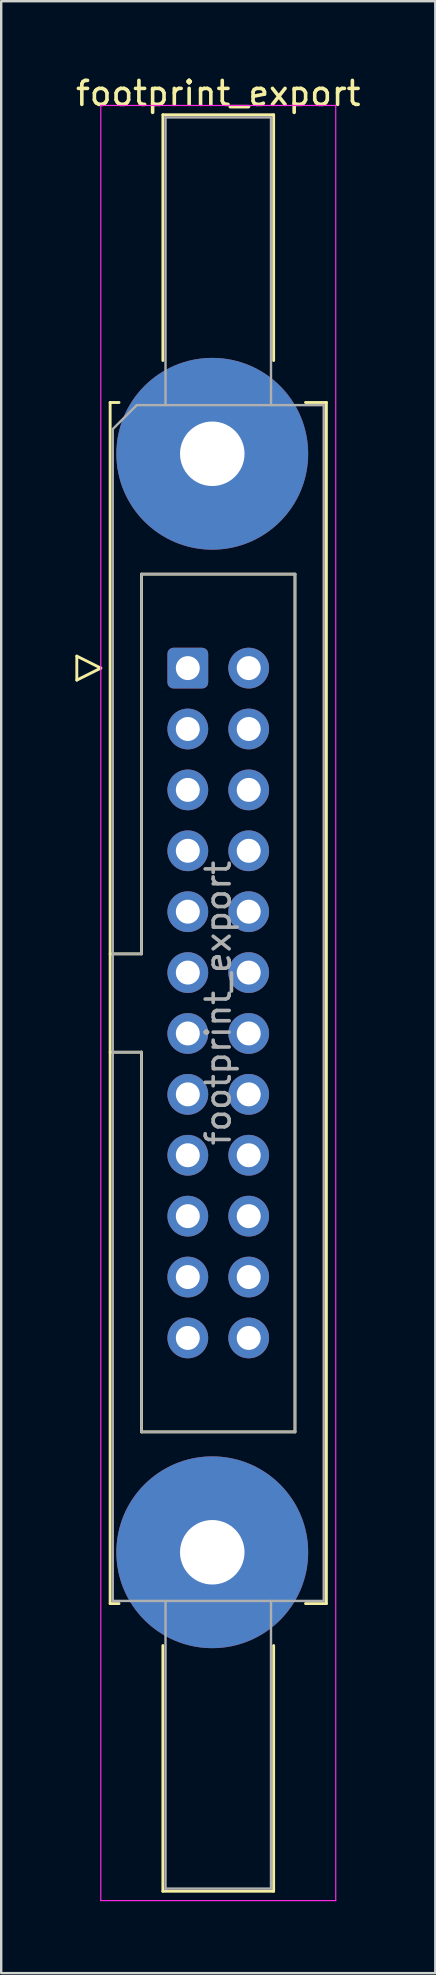
<source format=kicad_pcb>
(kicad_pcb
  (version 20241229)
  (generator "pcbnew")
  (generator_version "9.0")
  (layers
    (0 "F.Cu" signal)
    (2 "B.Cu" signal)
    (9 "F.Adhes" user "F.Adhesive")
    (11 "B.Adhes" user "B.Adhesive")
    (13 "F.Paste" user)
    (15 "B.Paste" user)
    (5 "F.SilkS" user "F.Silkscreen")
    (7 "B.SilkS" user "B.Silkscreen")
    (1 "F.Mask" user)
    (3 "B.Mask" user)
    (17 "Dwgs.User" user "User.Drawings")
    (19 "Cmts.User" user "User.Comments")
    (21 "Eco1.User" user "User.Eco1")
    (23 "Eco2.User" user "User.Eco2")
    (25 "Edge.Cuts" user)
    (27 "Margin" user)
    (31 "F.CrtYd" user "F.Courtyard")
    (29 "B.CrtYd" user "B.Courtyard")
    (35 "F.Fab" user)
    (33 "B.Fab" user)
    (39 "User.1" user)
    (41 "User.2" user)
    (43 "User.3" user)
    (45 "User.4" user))
  (footprint "footprint_export"
    (layer "F.Cu")
    (at 4.784 24.818)
    (property "Reference" "footprint_export" (at 1.27 -23.97 0) (layer "F.SilkS") (effects (font (size 1 1) (thickness 0.15))))
    (attr through_hole)
    (fp_line (start -4.63 -0.5) (end -4.63 0.5) (stroke (width 0.12) (type solid)) (layer "F.SilkS"))
    (fp_line (start -4.63 0.5) (end -3.63 0) (stroke (width 0.12) (type solid)) (layer "F.SilkS"))
    (fp_line (start -3.63 0) (end -4.63 -0.5) (stroke (width 0.12) (type solid)) (layer "F.SilkS"))
    (fp_line (start -3.24 -11.08) (end -3.24 39.02) (stroke (width 0.12) (type solid)) (layer "F.SilkS"))
    (fp_line (start -3.24 11.92) (end -1.93 11.92) (stroke (width 0.12) (type solid)) (layer "F.SilkS"))
    (fp_line (start -3.24 39.02) (end -2.87 39.02) (stroke (width 0.12) (type solid)) (layer "F.SilkS"))
    (fp_line (start -2.87 -11.08) (end -3.24 -11.08) (stroke (width 0.12) (type solid)) (layer "F.SilkS"))
    (fp_line (start -1.93 -3.92) (end 4.47 -3.92) (stroke (width 0.12) (type solid)) (layer "F.SilkS"))
    (fp_line (start -1.93 11.92) (end -1.93 -3.92) (stroke (width 0.12) (type solid)) (layer "F.SilkS"))
    (fp_line (start -1.93 16.02) (end -3.24 16.02) (stroke (width 0.12) (type solid)) (layer "F.SilkS"))
    (fp_line (start -1.93 16.02) (end -1.93 16.02) (stroke (width 0.12) (type solid)) (layer "F.SilkS"))
    (fp_line (start -1.93 31.86) (end -1.93 16.02) (stroke (width 0.12) (type solid)) (layer "F.SilkS"))
    (fp_line (start -1.04 -23.08) (end 3.58 -23.08) (stroke (width 0.12) (type solid)) (layer "F.SilkS"))
    (fp_line (start -1.04 -12.83) (end -1.04 -23.08) (stroke (width 0.12) (type solid)) (layer "F.SilkS"))
    (fp_line (start -1.04 40.77) (end -1.04 51.02) (stroke (width 0.12) (type solid)) (layer "F.SilkS"))
    (fp_line (start -1.04 51.02) (end 3.58 51.02) (stroke (width 0.12) (type solid)) (layer "F.SilkS"))
    (fp_line (start 3.58 -23.08) (end 3.58 -12.83) (stroke (width 0.12) (type solid)) (layer "F.SilkS"))
    (fp_line (start 3.58 51.02) (end 3.58 40.77) (stroke (width 0.12) (type solid)) (layer "F.SilkS"))
    (fp_line (start 4.47 -3.92) (end 4.47 31.86) (stroke (width 0.12) (type solid)) (layer "F.SilkS"))
    (fp_line (start 4.47 31.86) (end -1.93 31.86) (stroke (width 0.12) (type solid)) (layer "F.SilkS"))
    (fp_line (start 4.91 -11.08) (end 5.78 -11.08) (stroke (width 0.12) (type solid)) (layer "F.SilkS"))
    (fp_line (start 5.78 -11.08) (end 5.78 39.02) (stroke (width 0.12) (type solid)) (layer "F.SilkS"))
    (fp_line (start 5.78 39.02) (end 4.91 39.02) (stroke (width 0.12) (type solid)) (layer "F.SilkS"))
    (fp_line (start -3.63 -23.47) (end -3.63 51.41) (stroke (width 0.05) (type solid)) (layer "F.CrtYd"))
    (fp_line (start -3.63 51.41) (end 6.17 51.41) (stroke (width 0.05) (type solid)) (layer "F.CrtYd"))
    (fp_line (start 6.17 -23.47) (end -3.63 -23.47) (stroke (width 0.05) (type solid)) (layer "F.CrtYd"))
    (fp_line (start 6.17 51.41) (end 6.17 -23.47) (stroke (width 0.05) (type solid)) (layer "F.CrtYd"))
    (fp_line (start -3.13 -9.97) (end -2.13 -10.97) (stroke (width 0.1) (type solid)) (layer "F.Fab"))
    (fp_line (start -3.13 11.92) (end -1.93 11.92) (stroke (width 0.1) (type solid)) (layer "F.Fab"))
    (fp_line (start -3.13 38.91) (end -3.13 -9.97) (stroke (width 0.1) (type solid)) (layer "F.Fab"))
    (fp_line (start -2.13 -10.97) (end 5.67 -10.97) (stroke (width 0.1) (type solid)) (layer "F.Fab"))
    (fp_line (start -1.93 -3.92) (end 4.47 -3.92) (stroke (width 0.1) (type solid)) (layer "F.Fab"))
    (fp_line (start -1.93 11.92) (end -1.93 -3.92) (stroke (width 0.1) (type solid)) (layer "F.Fab"))
    (fp_line (start -1.93 16.02) (end -3.13 16.02) (stroke (width 0.1) (type solid)) (layer "F.Fab"))
    (fp_line (start -1.93 16.02) (end -1.93 16.02) (stroke (width 0.1) (type solid)) (layer "F.Fab"))
    (fp_line (start -1.93 31.86) (end -1.93 16.02) (stroke (width 0.1) (type solid)) (layer "F.Fab"))
    (fp_line (start -0.93 -22.97) (end 3.47 -22.97) (stroke (width 0.1) (type solid)) (layer "F.Fab"))
    (fp_line (start -0.93 -10.97) (end -0.93 -22.97) (stroke (width 0.1) (type solid)) (layer "F.Fab"))
    (fp_line (start -0.93 38.91) (end -0.93 50.91) (stroke (width 0.1) (type solid)) (layer "F.Fab"))
    (fp_line (start -0.93 50.91) (end 3.47 50.91) (stroke (width 0.1) (type solid)) (layer "F.Fab"))
    (fp_line (start 3.47 -22.97) (end 3.47 -10.97) (stroke (width 0.1) (type solid)) (layer "F.Fab"))
    (fp_line (start 3.47 50.91) (end 3.47 38.91) (stroke (width 0.1) (type solid)) (layer "F.Fab"))
    (fp_line (start 4.47 -3.92) (end 4.47 31.86) (stroke (width 0.1) (type solid)) (layer "F.Fab"))
    (fp_line (start 4.47 31.86) (end -1.93 31.86) (stroke (width 0.1) (type solid)) (layer "F.Fab"))
    (fp_line (start 5.67 -10.97) (end 5.67 38.91) (stroke (width 0.1) (type solid)) (layer "F.Fab"))
    (fp_line (start 5.67 38.91) (end -3.13 38.91) (stroke (width 0.1) (type solid)) (layer "F.Fab"))
    (fp_text user "${REFERENCE}" (at 1.27 13.97 90) (layer "F.Fab") (effects (font (size 1 1) (thickness 0.15))))
    (pad "1" thru_hole roundrect (at 0 0) (size 1.7 1.7) (drill 1) (layers "*.Cu" "*.Mask") (roundrect_rratio 0.147))
    (pad "2" thru_hole circle (at 2.54 0) (size 1.7 1.7) (drill 1) (layers "*.Cu" "*.Mask"))
    (pad "3" thru_hole circle (at 0 2.54) (size 1.7 1.7) (drill 1) (layers "*.Cu" "*.Mask"))
    (pad "4" thru_hole circle (at 2.54 2.54) (size 1.7 1.7) (drill 1) (layers "*.Cu" "*.Mask"))
    (pad "5" thru_hole circle (at 0 5.08) (size 1.7 1.7) (drill 1) (layers "*.Cu" "*.Mask"))
    (pad "6" thru_hole circle (at 2.54 5.08) (size 1.7 1.7) (drill 1) (layers "*.Cu" "*.Mask"))
    (pad "7" thru_hole circle (at 0 7.62) (size 1.7 1.7) (drill 1) (layers "*.Cu" "*.Mask"))
    (pad "8" thru_hole circle (at 2.54 7.62) (size 1.7 1.7) (drill 1) (layers "*.Cu" "*.Mask"))
    (pad "9" thru_hole circle (at 0 10.16) (size 1.7 1.7) (drill 1) (layers "*.Cu" "*.Mask"))
    (pad "10" thru_hole circle (at 2.54 10.16) (size 1.7 1.7) (drill 1) (layers "*.Cu" "*.Mask"))
    (pad "11" thru_hole circle (at 0 12.7) (size 1.7 1.7) (drill 1) (layers "*.Cu" "*.Mask"))
    (pad "12" thru_hole circle (at 2.54 12.7) (size 1.7 1.7) (drill 1) (layers "*.Cu" "*.Mask"))
    (pad "13" thru_hole circle (at 0 15.24) (size 1.7 1.7) (drill 1) (layers "*.Cu" "*.Mask"))
    (pad "14" thru_hole circle (at 2.54 15.24) (size 1.7 1.7) (drill 1) (layers "*.Cu" "*.Mask"))
    (pad "15" thru_hole circle (at 0 17.78) (size 1.7 1.7) (drill 1) (layers "*.Cu" "*.Mask"))
    (pad "16" thru_hole circle (at 2.54 17.78) (size 1.7 1.7) (drill 1) (layers "*.Cu" "*.Mask"))
    (pad "17" thru_hole circle (at 0 20.32) (size 1.7 1.7) (drill 1) (layers "*.Cu" "*.Mask"))
    (pad "18" thru_hole circle (at 2.54 20.32) (size 1.7 1.7) (drill 1) (layers "*.Cu" "*.Mask"))
    (pad "19" thru_hole circle (at 0 22.86) (size 1.7 1.7) (drill 1) (layers "*.Cu" "*.Mask"))
    (pad "20" thru_hole circle (at 2.54 22.86) (size 1.7 1.7) (drill 1) (layers "*.Cu" "*.Mask"))
    (pad "21" thru_hole circle (at 0 25.4) (size 1.7 1.7) (drill 1) (layers "*.Cu" "*.Mask"))
    (pad "22" thru_hole circle (at 2.54 25.4) (size 1.7 1.7) (drill 1) (layers "*.Cu" "*.Mask"))
    (pad "23" thru_hole circle (at 0 27.94) (size 1.7 1.7) (drill 1) (layers "*.Cu" "*.Mask"))
    (pad "24" thru_hole circle (at 2.54 27.94) (size 1.7 1.7) (drill 1) (layers "*.Cu" "*.Mask"))
    (pad "MP" thru_hole circle (at 1.02 -8.94) (size 8 8) (drill 2.69) (layers "*.Cu" "*.Mask"))
    (pad "MP" thru_hole circle (at 1.02 36.88) (size 8 8) (drill 2.69) (layers "*.Cu" "*.Mask")))
  (gr_rect
    (start -3 -3)
    (end 15.107 79.253)
    (stroke (width 0.1) (type default))
    (fill no)
    (layer "Edge.Cuts")))
</source>
